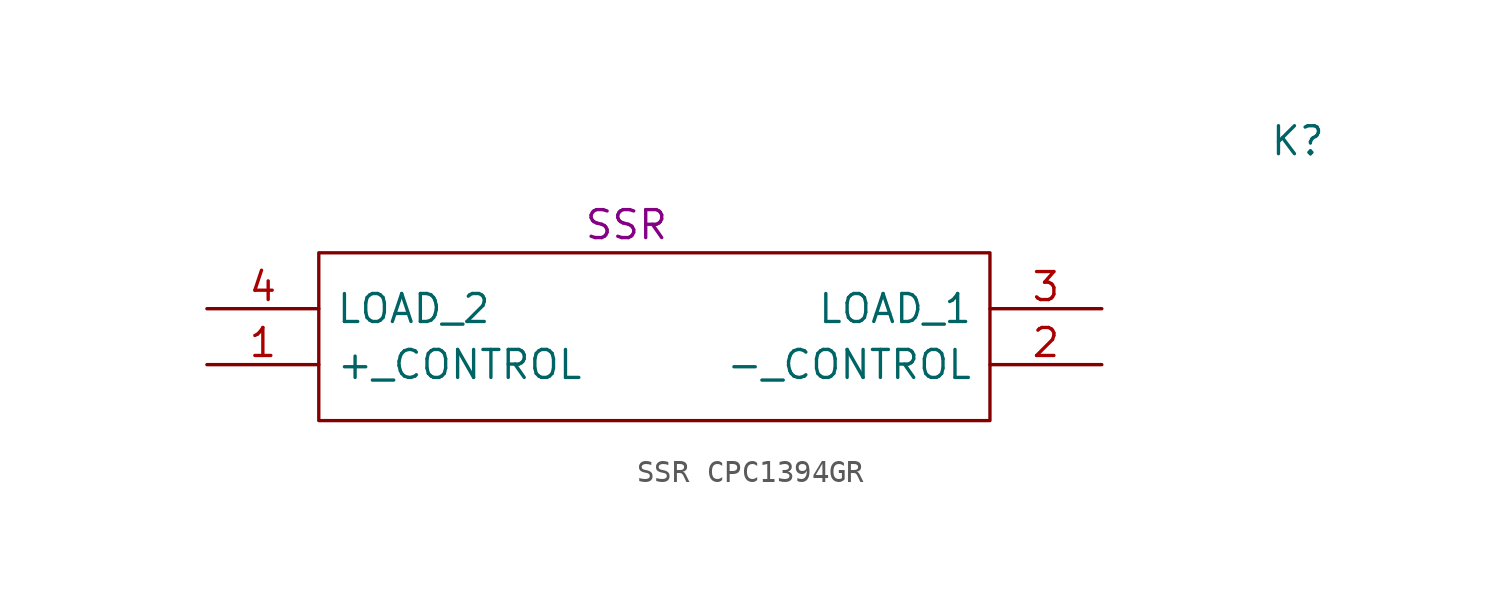
<source format=kicad_sym>
(kicad_symbol_lib
  (version 20220914)
  (generator kicad_symbol_editor)
  (symbol "SSR CPC1394GR"
    (pin_names
      (offset 0.762))
    (property "Reference" "K"
      (at 48.26 7.62 0)
      (effects (font (size 1.27 1.27)) (justify left)))
    (property "Render Name" "SSR"
      (at 19.05 3.81 0)
      (effects (font (size 1.27 1.27))))
    (symbol "SSR CPC1394GR_0_0"
      (pin passive line (at 0 -2.54 0) (length 5.08) (name "+_CONTROL" (effects (font (size 1.27 1.27)))) (number "1" (effects (font (size 1.27 1.27)))))
      (pin passive line (at 40.64 -2.54 180) (length 5.08) (name "-_CONTROL" (effects (font (size 1.27 1.27)))) (number "2" (effects (font (size 1.27 1.27)))))
      (pin passive line (at 40.64 0 180) (length 5.08) (name "LOAD_1" (effects (font (size 1.27 1.27)))) (number "3" (effects (font (size 1.27 1.27)))))
      (pin passive line (at 0 0 0) (length 5.08) (name "LOAD_2" (effects (font (size 1.27 1.27)))) (number "4" (effects (font (size 1.27 1.27))))))
    (symbol "SSR CPC1394GR_0_1"
      (polyline (pts (xy 5.08 2.54) (xy 35.56 2.54) (xy 35.56 -5.08) (xy 5.08 -5.08) (xy 5.08 2.54)) (stroke (width 0.152) (type default)) (fill (type none))))))
</source>
